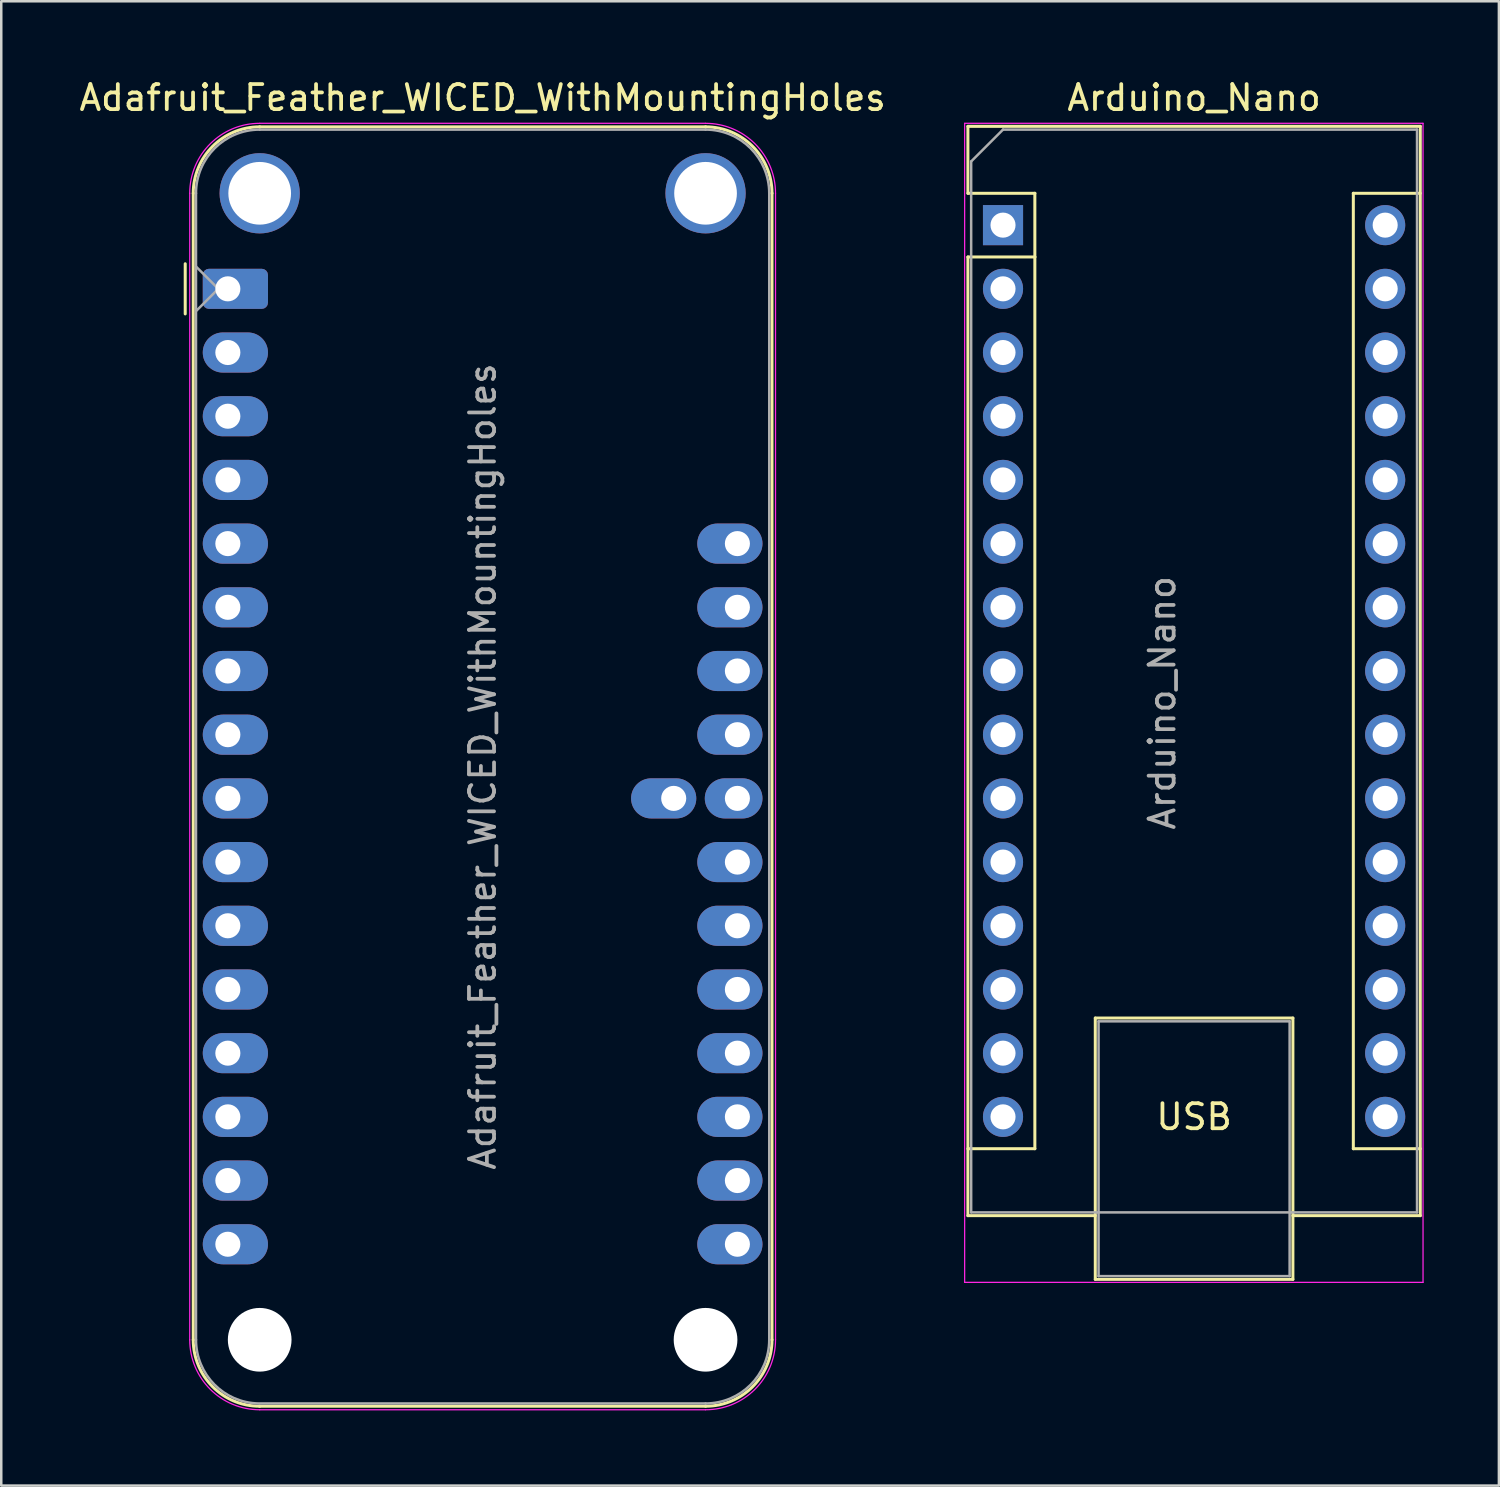
<source format=kicad_pcb>
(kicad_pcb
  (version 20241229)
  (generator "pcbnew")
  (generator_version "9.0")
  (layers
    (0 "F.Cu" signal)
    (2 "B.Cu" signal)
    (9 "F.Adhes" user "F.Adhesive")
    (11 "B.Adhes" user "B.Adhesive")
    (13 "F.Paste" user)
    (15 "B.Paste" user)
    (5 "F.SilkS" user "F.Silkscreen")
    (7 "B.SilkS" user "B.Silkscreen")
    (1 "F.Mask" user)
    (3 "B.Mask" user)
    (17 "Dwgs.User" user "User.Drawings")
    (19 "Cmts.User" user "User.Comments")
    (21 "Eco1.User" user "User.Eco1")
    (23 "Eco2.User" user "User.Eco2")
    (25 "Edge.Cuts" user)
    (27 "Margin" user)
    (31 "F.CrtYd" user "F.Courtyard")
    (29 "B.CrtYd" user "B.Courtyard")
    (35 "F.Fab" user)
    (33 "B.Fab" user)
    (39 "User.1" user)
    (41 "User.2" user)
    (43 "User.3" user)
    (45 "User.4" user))
  (footprint "Arduino_Nano"
    (layer "F.Cu")
    (at 36.948 5.928)
    (property "Reference" "Arduino_Nano" (at 7.62 -5.08 0) (layer "F.SilkS") (effects (font (size 1 1) (thickness 0.15))))
    (attr through_hole)
    (fp_line (start -1.4 -3.94) (end -1.4 -1.27) (stroke (width 0.12) (type solid)) (layer "F.SilkS"))
    (fp_line (start -1.4 1.27) (end -1.4 39.5) (stroke (width 0.12) (type solid)) (layer "F.SilkS"))
    (fp_line (start -1.4 39.5) (end 3.68 39.5) (stroke (width 0.12) (type solid)) (layer "F.SilkS"))
    (fp_line (start 1.27 -1.27) (end -1.4 -1.27) (stroke (width 0.12) (type solid)) (layer "F.SilkS"))
    (fp_line (start 1.27 1.27) (end -1.4 1.27) (stroke (width 0.12) (type solid)) (layer "F.SilkS"))
    (fp_line (start 1.27 1.27) (end 1.27 -1.27) (stroke (width 0.12) (type solid)) (layer "F.SilkS"))
    (fp_line (start 1.27 1.27) (end 1.27 36.83) (stroke (width 0.12) (type solid)) (layer "F.SilkS"))
    (fp_line (start 1.27 36.83) (end -1.4 36.83) (stroke (width 0.12) (type solid)) (layer "F.SilkS"))
    (fp_line (start 3.68 31.62) (end 11.56 31.62) (stroke (width 0.12) (type solid)) (layer "F.SilkS"))
    (fp_line (start 3.68 42.04) (end 3.68 31.62) (stroke (width 0.12) (type solid)) (layer "F.SilkS"))
    (fp_line (start 11.56 31.62) (end 11.56 42.04) (stroke (width 0.12) (type solid)) (layer "F.SilkS"))
    (fp_line (start 11.56 42.04) (end 3.68 42.04) (stroke (width 0.12) (type solid)) (layer "F.SilkS"))
    (fp_line (start 13.97 -1.27) (end 13.97 36.83) (stroke (width 0.12) (type solid)) (layer "F.SilkS"))
    (fp_line (start 13.97 -1.27) (end 16.64 -1.27) (stroke (width 0.12) (type solid)) (layer "F.SilkS"))
    (fp_line (start 13.97 36.83) (end 16.64 36.83) (stroke (width 0.12) (type solid)) (layer "F.SilkS"))
    (fp_line (start 16.64 -3.94) (end -1.4 -3.94) (stroke (width 0.12) (type solid)) (layer "F.SilkS"))
    (fp_line (start 16.64 39.5) (end 11.56 39.5) (stroke (width 0.12) (type solid)) (layer "F.SilkS"))
    (fp_line (start 16.64 39.5) (end 16.64 -3.94) (stroke (width 0.12) (type solid)) (layer "F.SilkS"))
    (fp_line (start -1.53 -4.06) (end -1.53 42.16) (stroke (width 0.05) (type solid)) (layer "F.CrtYd"))
    (fp_line (start -1.53 -4.06) (end 16.75 -4.06) (stroke (width 0.05) (type solid)) (layer "F.CrtYd"))
    (fp_line (start 16.75 42.16) (end -1.53 42.16) (stroke (width 0.05) (type solid)) (layer "F.CrtYd"))
    (fp_line (start 16.75 42.16) (end 16.75 -4.06) (stroke (width 0.05) (type solid)) (layer "F.CrtYd"))
    (fp_line (start -1.27 -2.54) (end 0 -3.81) (stroke (width 0.1) (type solid)) (layer "F.Fab"))
    (fp_line (start -1.27 39.37) (end -1.27 -2.54) (stroke (width 0.1) (type solid)) (layer "F.Fab"))
    (fp_line (start 0 -3.81) (end 16.51 -3.81) (stroke (width 0.1) (type solid)) (layer "F.Fab"))
    (fp_line (start 3.81 31.75) (end 11.43 31.75) (stroke (width 0.1) (type solid)) (layer "F.Fab"))
    (fp_line (start 3.81 41.91) (end 3.81 31.75) (stroke (width 0.1) (type solid)) (layer "F.Fab"))
    (fp_line (start 11.43 31.75) (end 11.43 41.91) (stroke (width 0.1) (type solid)) (layer "F.Fab"))
    (fp_line (start 11.43 41.91) (end 3.81 41.91) (stroke (width 0.1) (type solid)) (layer "F.Fab"))
    (fp_line (start 16.51 -3.81) (end 16.51 39.37) (stroke (width 0.1) (type solid)) (layer "F.Fab"))
    (fp_line (start 16.51 39.37) (end -1.27 39.37) (stroke (width 0.1) (type solid)) (layer "F.Fab"))
    (fp_text user "USB" (at 7.62 35.56 0) (unlocked yes) (layer "F.SilkS") (effects (font (size 1 1) (thickness 0.15))))
    (fp_text user "${REFERENCE}" (at 6.35 19.05 90) (layer "F.Fab") (effects (font (size 1 1) (thickness 0.15))))
    (pad "1" thru_hole rect (at 0 0) (size 1.6 1.6) (drill 1) (layers "*.Cu" "*.Mask"))
    (pad "2" thru_hole oval (at 0 2.54) (size 1.6 1.6) (drill 1) (layers "*.Cu" "*.Mask"))
    (pad "3" thru_hole oval (at 0 5.08) (size 1.6 1.6) (drill 1) (layers "*.Cu" "*.Mask"))
    (pad "4" thru_hole oval (at 0 7.62) (size 1.6 1.6) (drill 1) (layers "*.Cu" "*.Mask"))
    (pad "5" thru_hole oval (at 0 10.16) (size 1.6 1.6) (drill 1) (layers "*.Cu" "*.Mask"))
    (pad "6" thru_hole oval (at 0 12.7) (size 1.6 1.6) (drill 1) (layers "*.Cu" "*.Mask"))
    (pad "7" thru_hole oval (at 0 15.24) (size 1.6 1.6) (drill 1) (layers "*.Cu" "*.Mask"))
    (pad "8" thru_hole oval (at 0 17.78) (size 1.6 1.6) (drill 1) (layers "*.Cu" "*.Mask"))
    (pad "9" thru_hole oval (at 0 20.32) (size 1.6 1.6) (drill 1) (layers "*.Cu" "*.Mask"))
    (pad "10" thru_hole oval (at 0 22.86) (size 1.6 1.6) (drill 1) (layers "*.Cu" "*.Mask"))
    (pad "11" thru_hole oval (at 0 25.4) (size 1.6 1.6) (drill 1) (layers "*.Cu" "*.Mask"))
    (pad "12" thru_hole oval (at 0 27.94) (size 1.6 1.6) (drill 1) (layers "*.Cu" "*.Mask"))
    (pad "13" thru_hole oval (at 0 30.48) (size 1.6 1.6) (drill 1) (layers "*.Cu" "*.Mask"))
    (pad "14" thru_hole oval (at 0 33.02) (size 1.6 1.6) (drill 1) (layers "*.Cu" "*.Mask"))
    (pad "15" thru_hole oval (at 0 35.56) (size 1.6 1.6) (drill 1) (layers "*.Cu" "*.Mask"))
    (pad "16" thru_hole oval (at 15.24 35.56) (size 1.6 1.6) (drill 1) (layers "*.Cu" "*.Mask"))
    (pad "17" thru_hole oval (at 15.24 33.02) (size 1.6 1.6) (drill 1) (layers "*.Cu" "*.Mask"))
    (pad "18" thru_hole oval (at 15.24 30.48) (size 1.6 1.6) (drill 1) (layers "*.Cu" "*.Mask"))
    (pad "19" thru_hole oval (at 15.24 27.94) (size 1.6 1.6) (drill 1) (layers "*.Cu" "*.Mask"))
    (pad "20" thru_hole oval (at 15.24 25.4) (size 1.6 1.6) (drill 1) (layers "*.Cu" "*.Mask"))
    (pad "21" thru_hole oval (at 15.24 22.86) (size 1.6 1.6) (drill 1) (layers "*.Cu" "*.Mask"))
    (pad "22" thru_hole oval (at 15.24 20.32) (size 1.6 1.6) (drill 1) (layers "*.Cu" "*.Mask"))
    (pad "23" thru_hole oval (at 15.24 17.78) (size 1.6 1.6) (drill 1) (layers "*.Cu" "*.Mask"))
    (pad "24" thru_hole oval (at 15.24 15.24) (size 1.6 1.6) (drill 1) (layers "*.Cu" "*.Mask"))
    (pad "25" thru_hole oval (at 15.24 12.7) (size 1.6 1.6) (drill 1) (layers "*.Cu" "*.Mask"))
    (pad "26" thru_hole oval (at 15.24 10.16) (size 1.6 1.6) (drill 1) (layers "*.Cu" "*.Mask"))
    (pad "27" thru_hole oval (at 15.24 7.62) (size 1.6 1.6) (drill 1) (layers "*.Cu" "*.Mask"))
    (pad "28" thru_hole oval (at 15.24 5.08) (size 1.6 1.6) (drill 1) (layers "*.Cu" "*.Mask"))
    (pad "29" thru_hole oval (at 15.24 2.54) (size 1.6 1.6) (drill 1) (layers "*.Cu" "*.Mask"))
    (pad "30" thru_hole oval (at 15.24 0) (size 1.6 1.6) (drill 1) (layers "*.Cu" "*.Mask")))
  (footprint "Adafruit_Feather_WICED_WithMountingHoles"
    (layer "F.Cu")
    (at 6.036 8.468)
    (property "Reference" "Adafruit_Feather_WICED_WithMountingHoles" (at 10.16 -7.62 0) (layer "F.SilkS") (effects (font (size 1 1) (thickness 0.15))))
    (attr through_hole)
    (fp_line (start -1.7 1) (end -1.7 -1) (stroke (width 0.12) (type solid)) (layer "F.SilkS"))
    (fp_line (start -1.38 -3.81) (end -1.38 41.91) (stroke (width 0.12) (type solid)) (layer "F.SilkS"))
    (fp_line (start 19.05 -6.46) (end 1.27 -6.46) (stroke (width 0.12) (type solid)) (layer "F.SilkS"))
    (fp_line (start 19.05 44.56) (end 1.27 44.56) (stroke (width 0.12) (type solid)) (layer "F.SilkS"))
    (fp_line (start 21.7 -3.81) (end 21.7 41.91) (stroke (width 0.12) (type solid)) (layer "F.SilkS"))
    (fp_arc (start -1.38 -3.81) (mid -0.603833 -5.683833) (end 1.27 -6.46) (stroke (width 0.12) (type solid)) (layer "F.SilkS"))
    (fp_arc (start 1.27 44.56) (mid -0.603833 43.783833) (end -1.38 41.91) (stroke (width 0.12) (type solid)) (layer "F.SilkS"))
    (fp_arc (start 19.05 -6.46) (mid 20.923833 -5.683833) (end 21.7 -3.81) (stroke (width 0.12) (type solid)) (layer "F.SilkS"))
    (fp_arc (start 21.7 41.91) (mid 20.923833 43.783833) (end 19.05 44.56) (stroke (width 0.12) (type solid)) (layer "F.SilkS"))
    (fp_line (start -1.52 41.91) (end -1.52 -3.81) (stroke (width 0.05) (type solid)) (layer "F.CrtYd"))
    (fp_line (start 19.05 -6.6) (end 1.27 -6.6) (stroke (width 0.05) (type solid)) (layer "F.CrtYd"))
    (fp_line (start 19.05 44.7) (end 1.27 44.7) (stroke (width 0.05) (type solid)) (layer "F.CrtYd"))
    (fp_line (start 21.84 41.91) (end 21.84 -3.81) (stroke (width 0.05) (type solid)) (layer "F.CrtYd"))
    (fp_arc (start -1.52 -3.81) (mid -0.702828 -5.782828) (end 1.27 -6.6) (stroke (width 0.05) (type solid)) (layer "F.CrtYd"))
    (fp_arc (start 1.27 44.7) (mid -0.702828 43.882828) (end -1.52 41.91) (stroke (width 0.05) (type solid)) (layer "F.CrtYd"))
    (fp_arc (start 19.05 -6.6) (mid 21.022828 -5.782828) (end 21.84 -3.81) (stroke (width 0.05) (type solid)) (layer "F.CrtYd"))
    (fp_arc (start 21.84 41.91) (mid 21.022828 43.882828) (end 19.05 44.7) (stroke (width 0.05) (type solid)) (layer "F.CrtYd"))
    (fp_line (start -1.27 -3.81) (end -1.27 41.91) (stroke (width 0.1) (type solid)) (layer "F.Fab"))
    (fp_line (start -1.27 -0.889) (end -0.381 0) (stroke (width 0.1) (type solid)) (layer "F.Fab"))
    (fp_line (start -0.381 0) (end -1.27 0.889) (stroke (width 0.1) (type solid)) (layer "F.Fab"))
    (fp_line (start 1.27 44.45) (end 19.05 44.45) (stroke (width 0.1) (type solid)) (layer "F.Fab"))
    (fp_line (start 19.05 -6.35) (end 1.27 -6.35) (stroke (width 0.1) (type solid)) (layer "F.Fab"))
    (fp_line (start 21.59 41.91) (end 21.59 -3.81) (stroke (width 0.1) (type solid)) (layer "F.Fab"))
    (fp_arc (start -1.27 -3.81) (mid -0.526051 -5.606051) (end 1.27 -6.35) (stroke (width 0.1) (type solid)) (layer "F.Fab"))
    (fp_arc (start 1.221238 44.449532) (mid -0.543209 43.688728) (end -1.27 41.91) (stroke (width 0.1) (type solid)) (layer "F.Fab"))
    (fp_arc (start 19.05 -6.35) (mid 20.846051 -5.606051) (end 21.59 -3.81) (stroke (width 0.1) (type solid)) (layer "F.Fab"))
    (fp_arc (start 21.59 41.91) (mid 20.846051 43.706051) (end 19.05 44.45) (stroke (width 0.1) (type solid)) (layer "F.Fab"))
    (fp_text user "${REFERENCE}" (at 10.16 19.05 270) (layer "F.Fab") (effects (font (size 1 1) (thickness 0.15))))
    (pad "" np_thru_hole circle (at 1.27 -3.81 270) (size 3.2 3.2) (drill 2.5) (layers "*.Cu" "*.Mask"))
    (pad "" np_thru_hole circle (at 1.27 41.91 270) (size 2.54 2.54) (drill 2.54) (layers "*.Cu" "*.Mask"))
    (pad "" np_thru_hole circle (at 19.05 -3.81 270) (size 3.2 3.2) (drill 2.5) (layers "*.Cu" "*.Mask"))
    (pad "" np_thru_hole circle (at 19.05 41.91 270) (size 2.54 2.54) (drill 2.54) (layers "*.Cu" "*.Mask"))
    (pad "1" thru_hole roundrect (at 0 0) (size 2.6 1.6) (drill 1 (offset 0.3 0)) (layers "*.Cu" "*.Mask") (roundrect_rratio 0.156))
    (pad "2" thru_hole oval (at 0 2.54) (size 2.6 1.6) (drill 1 (offset 0.3 0)) (layers "*.Cu" "*.Mask"))
    (pad "3" thru_hole oval (at 0 5.08) (size 2.6 1.6) (drill 1 (offset 0.3 0)) (layers "*.Cu" "*.Mask"))
    (pad "4" thru_hole oval (at 0 7.62) (size 2.6 1.6) (drill 1 (offset 0.3 0)) (layers "*.Cu" "*.Mask"))
    (pad "5" thru_hole oval (at 0 10.16) (size 2.6 1.6) (drill 1 (offset 0.3 0)) (layers "*.Cu" "*.Mask"))
    (pad "6" thru_hole oval (at 0 12.7) (size 2.6 1.6) (drill 1 (offset 0.3 0)) (layers "*.Cu" "*.Mask"))
    (pad "7" thru_hole oval (at 0 15.24) (size 2.6 1.6) (drill 1 (offset 0.3 0)) (layers "*.Cu" "*.Mask"))
    (pad "8" thru_hole oval (at 0 17.78) (size 2.6 1.6) (drill 1 (offset 0.3 0)) (layers "*.Cu" "*.Mask"))
    (pad "9" thru_hole oval (at 0 20.32) (size 2.6 1.6) (drill 1 (offset 0.3 0)) (layers "*.Cu" "*.Mask"))
    (pad "10" thru_hole oval (at 0 22.86) (size 2.6 1.6) (drill 1 (offset 0.3 0)) (layers "*.Cu" "*.Mask"))
    (pad "11" thru_hole oval (at 0 25.4) (size 2.6 1.6) (drill 1 (offset 0.3 0)) (layers "*.Cu" "*.Mask"))
    (pad "12" thru_hole oval (at 0 27.94) (size 2.6 1.6) (drill 1 (offset 0.3 0)) (layers "*.Cu" "*.Mask"))
    (pad "13" thru_hole oval (at 0 30.48) (size 2.6 1.6) (drill 1 (offset 0.3 0)) (layers "*.Cu" "*.Mask"))
    (pad "14" thru_hole oval (at 0 33.02) (size 2.6 1.6) (drill 1 (offset 0.3 0)) (layers "*.Cu" "*.Mask"))
    (pad "15" thru_hole oval (at 0 35.56) (size 2.6 1.6) (drill 1 (offset 0.3 0)) (layers "*.Cu" "*.Mask"))
    (pad "16" thru_hole oval (at 0 38.1) (size 2.6 1.6) (drill 1 (offset 0.3 0)) (layers "*.Cu" "*.Mask"))
    (pad "17" thru_hole oval (at 20.32 38.1 180) (size 2.6 1.6) (drill 1 (offset 0.3 0)) (layers "*.Cu" "*.Mask"))
    (pad "18" thru_hole oval (at 20.32 35.56 180) (size 2.6 1.6) (drill 1 (offset 0.3 0)) (layers "*.Cu" "*.Mask"))
    (pad "19" thru_hole oval (at 20.32 33.02 180) (size 2.6 1.6) (drill 1 (offset 0.3 0)) (layers "*.Cu" "*.Mask"))
    (pad "20" thru_hole oval (at 20.32 30.48 180) (size 2.6 1.6) (drill 1 (offset 0.3 0)) (layers "*.Cu" "*.Mask"))
    (pad "21" thru_hole oval (at 20.32 27.94 180) (size 2.6 1.6) (drill 1 (offset 0.3 0)) (layers "*.Cu" "*.Mask"))
    (pad "22" thru_hole oval (at 20.32 25.4 180) (size 2.6 1.6) (drill 1 (offset 0.3 0)) (layers "*.Cu" "*.Mask"))
    (pad "23" thru_hole oval (at 20.32 22.86 180) (size 2.6 1.6) (drill 1 (offset 0.3 0)) (layers "*.Cu" "*.Mask"))
    (pad "24" thru_hole oval (at 20.32 20.32 180) (size 2.3 1.6) (drill 1 (offset 0.15 0)) (layers "*.Cu" "*.Mask"))
    (pad "25" thru_hole oval (at 20.32 17.78 180) (size 2.6 1.6) (drill 1 (offset 0.3 0)) (layers "*.Cu" "*.Mask"))
    (pad "26" thru_hole oval (at 20.32 15.24 180) (size 2.6 1.6) (drill 1 (offset 0.3 0)) (layers "*.Cu" "*.Mask"))
    (pad "27" thru_hole oval (at 20.32 12.7 180) (size 2.6 1.6) (drill 1 (offset 0.3 0)) (layers "*.Cu" "*.Mask"))
    (pad "28" thru_hole oval (at 20.32 10.16 180) (size 2.6 1.6) (drill 1 (offset 0.3 0)) (layers "*.Cu" "*.Mask"))
    (pad "29" thru_hole oval (at 17.78 20.32 180) (size 2.6 1.6) (drill 1 (offset 0.4 0)) (layers "*.Cu" "*.Mask")))
  (gr_rect
    (start -3 -3)
    (end 56.723 56.193)
    (stroke (width 0.1) (type default))
    (fill no)
    (layer "Edge.Cuts")))
</source>
